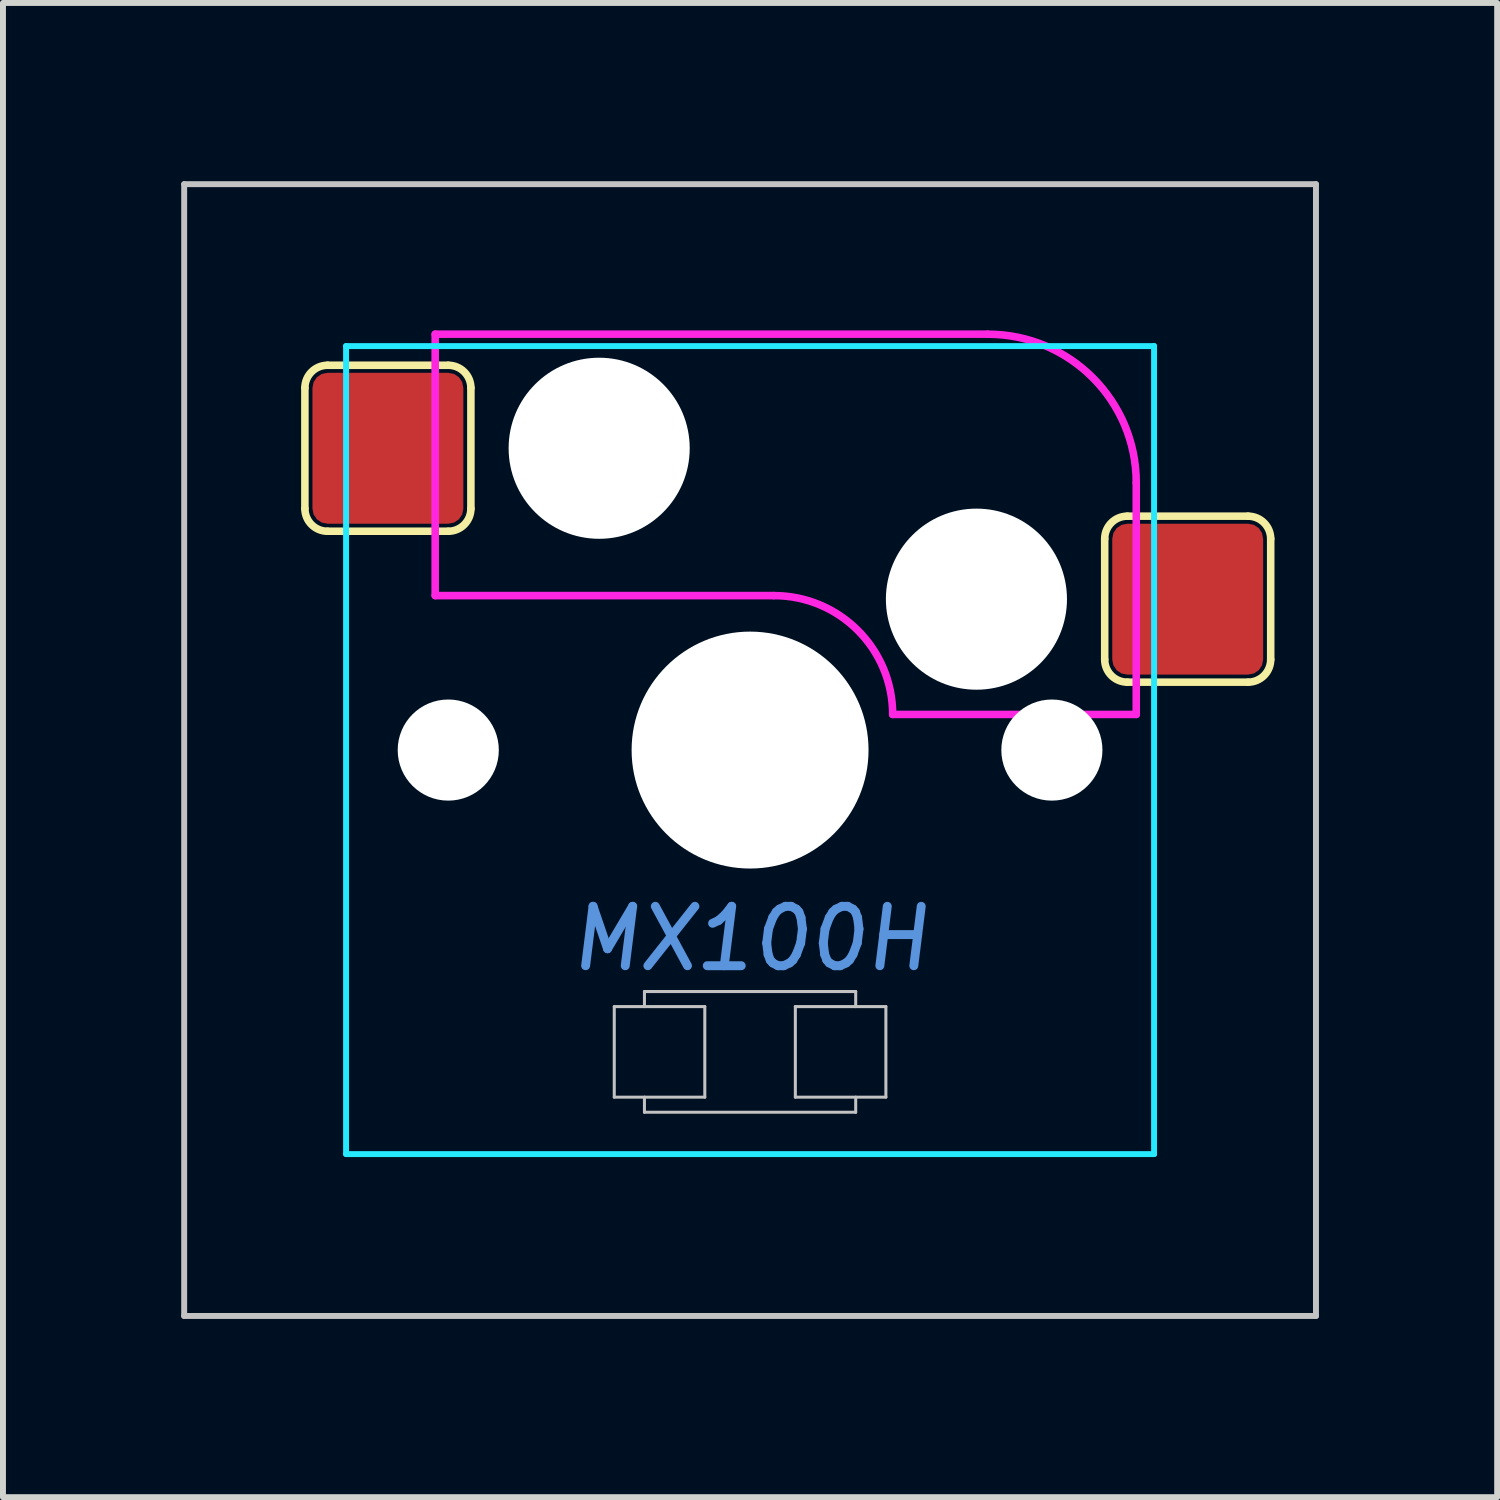
<source format=kicad_pcb>
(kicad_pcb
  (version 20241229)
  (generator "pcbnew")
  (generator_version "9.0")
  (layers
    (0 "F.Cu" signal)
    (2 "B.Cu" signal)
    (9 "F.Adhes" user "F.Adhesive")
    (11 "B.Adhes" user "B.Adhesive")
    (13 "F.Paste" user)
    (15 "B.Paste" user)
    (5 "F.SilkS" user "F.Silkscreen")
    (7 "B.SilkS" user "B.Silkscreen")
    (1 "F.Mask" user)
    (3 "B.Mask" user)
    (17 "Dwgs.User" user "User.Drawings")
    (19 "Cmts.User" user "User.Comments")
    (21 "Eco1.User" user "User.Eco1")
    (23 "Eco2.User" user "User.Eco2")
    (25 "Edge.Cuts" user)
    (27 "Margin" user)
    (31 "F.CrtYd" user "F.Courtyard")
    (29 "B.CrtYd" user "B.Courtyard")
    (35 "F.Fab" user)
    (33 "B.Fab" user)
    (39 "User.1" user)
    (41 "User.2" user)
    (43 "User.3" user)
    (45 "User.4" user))
  (footprint "MX100H"
    (layer "F.Cu")
    (at 9.575 9.575)
    (property "Reference" "MX100H" (at 0 3.175 0) (layer "Cmts.User") (effects (font (size 1 1) (thickness 0.15) (italic yes))))
    (attr smd)
    (fp_line (start -7.493 -6.096) (end -7.493 -4.064) (stroke (width 0.127) (type solid)) (layer "F.SilkS"))
    (fp_line (start -5.08 -6.477) (end -7.112 -6.477) (stroke (width 0.127) (type solid)) (layer "F.SilkS"))
    (fp_line (start -5.08 -3.683) (end -7.112 -3.683) (stroke (width 0.127) (type solid)) (layer "F.SilkS"))
    (fp_line (start -4.699 -6.096) (end -4.699 -4.064) (stroke (width 0.127) (type solid)) (layer "F.SilkS"))
    (fp_line (start 5.969 -3.556) (end 5.969 -1.524) (stroke (width 0.127) (type solid)) (layer "F.SilkS"))
    (fp_line (start 8.382 -3.937) (end 6.35 -3.937) (stroke (width 0.127) (type solid)) (layer "F.SilkS"))
    (fp_line (start 8.382 -1.143) (end 6.35 -1.143) (stroke (width 0.127) (type solid)) (layer "F.SilkS"))
    (fp_line (start 8.763 -3.556) (end 8.763 -1.524) (stroke (width 0.127) (type solid)) (layer "F.SilkS"))
    (fp_arc (start -7.493 -6.096) (mid -7.381408 -6.365408) (end -7.112 -6.477) (stroke (width 0.127) (type solid)) (layer "F.SilkS"))
    (fp_arc (start -7.112 -3.683) (mid -7.381408 -3.794592) (end -7.493 -4.064) (stroke (width 0.127) (type solid)) (layer "F.SilkS"))
    (fp_arc (start -5.08 -6.477) (mid -4.810592 -6.365408) (end -4.699 -6.096) (stroke (width 0.127) (type solid)) (layer "F.SilkS"))
    (fp_arc (start -4.699 -4.064) (mid -4.810592 -3.794592) (end -5.08 -3.683) (stroke (width 0.127) (type solid)) (layer "F.SilkS"))
    (fp_arc (start 5.969 -3.556) (mid 6.080592 -3.825408) (end 6.35 -3.937) (stroke (width 0.127) (type solid)) (layer "F.SilkS"))
    (fp_arc (start 6.35 -1.143) (mid 6.080592 -1.254592) (end 5.969 -1.524) (stroke (width 0.127) (type solid)) (layer "F.SilkS"))
    (fp_arc (start 8.382 -3.937) (mid 8.651408 -3.825408) (end 8.763 -3.556) (stroke (width 0.127) (type solid)) (layer "F.SilkS"))
    (fp_arc (start 8.763 -1.524) (mid 8.651408 -1.254592) (end 8.382 -1.143) (stroke (width 0.127) (type solid)) (layer "F.SilkS"))
    (fp_line (start -9.525 -9.525) (end -9.525 9.525) (stroke (width 0.1) (type solid)) (layer "Dwgs.User"))
    (fp_line (start -9.525 -9.525) (end 9.525 -9.525) (stroke (width 0.1) (type solid)) (layer "Dwgs.User"))
    (fp_line (start -9.525 9.525) (end 9.525 9.525) (stroke (width 0.1) (type solid)) (layer "Dwgs.User"))
    (fp_line (start -2.286 4.318) (end -2.286 5.842) (stroke (width 0.051) (type solid)) (layer "Dwgs.User"))
    (fp_line (start -2.286 5.842) (end -0.762 5.842) (stroke (width 0.051) (type solid)) (layer "Dwgs.User"))
    (fp_line (start -1.778 4.064) (end -1.778 4.318) (stroke (width 0.051) (type solid)) (layer "Dwgs.User"))
    (fp_line (start -1.778 6.096) (end -1.778 5.842) (stroke (width 0.051) (type solid)) (layer "Dwgs.User"))
    (fp_line (start -1.778 6.096) (end 1.778 6.096) (stroke (width 0.051) (type solid)) (layer "Dwgs.User"))
    (fp_line (start -0.762 4.318) (end -2.286 4.318) (stroke (width 0.051) (type solid)) (layer "Dwgs.User"))
    (fp_line (start -0.762 5.842) (end -0.762 4.318) (stroke (width 0.051) (type solid)) (layer "Dwgs.User"))
    (fp_line (start 0.762 4.318) (end 2.286 4.318) (stroke (width 0.051) (type solid)) (layer "Dwgs.User"))
    (fp_line (start 0.762 5.842) (end 0.762 4.318) (stroke (width 0.051) (type solid)) (layer "Dwgs.User"))
    (fp_line (start 1.778 4.064) (end -1.778 4.064) (stroke (width 0.051) (type solid)) (layer "Dwgs.User"))
    (fp_line (start 1.778 4.318) (end 1.778 4.064) (stroke (width 0.051) (type solid)) (layer "Dwgs.User"))
    (fp_line (start 1.778 6.096) (end 1.778 5.842) (stroke (width 0.051) (type solid)) (layer "Dwgs.User"))
    (fp_line (start 2.286 4.318) (end 2.286 5.842) (stroke (width 0.051) (type solid)) (layer "Dwgs.User"))
    (fp_line (start 2.286 5.842) (end 0.762 5.842) (stroke (width 0.051) (type solid)) (layer "Dwgs.User"))
    (fp_line (start 9.525 9.525) (end 9.525 -9.525) (stroke (width 0.1) (type solid)) (layer "Dwgs.User"))
    (fp_line (start -8.001 -5.715) (end -8.001 -3.175) (stroke (width 0.1) (type solid)) (layer "Eco1.User"))
    (fp_line (start -8.001 5.715) (end -8.001 3.175) (stroke (width 0.1) (type solid)) (layer "Eco1.User"))
    (fp_line (start -7.747 -5.969) (end -7.239 -5.969) (stroke (width 0.1) (type solid)) (layer "Eco1.User"))
    (fp_line (start -7.747 -2.921) (end -7.239 -2.921) (stroke (width 0.1) (type solid)) (layer "Eco1.User"))
    (fp_line (start -7.747 2.921) (end -7.239 2.921) (stroke (width 0.1) (type solid)) (layer "Eco1.User"))
    (fp_line (start -7.747 5.969) (end -7.239 5.969) (stroke (width 0.1) (type solid)) (layer "Eco1.User"))
    (fp_line (start -6.985 -6.223) (end -6.985 -6.731) (stroke (width 0.1) (type solid)) (layer "Eco1.User"))
    (fp_line (start -6.985 -2.667) (end -6.985 2.667) (stroke (width 0.1) (type solid)) (layer "Eco1.User"))
    (fp_line (start -6.985 6.223) (end -6.985 6.731) (stroke (width 0.1) (type solid)) (layer "Eco1.User"))
    (fp_line (start -2.159 0) (end 2.159 0) (stroke (width 0.1) (type solid)) (layer "Eco1.User"))
    (fp_line (start 0 -2.286) (end 0 2.286) (stroke (width 0.1) (type solid)) (layer "Eco1.User"))
    (fp_line (start 6.731 -6.985) (end -6.731 -6.985) (stroke (width 0.1) (type solid)) (layer "Eco1.User"))
    (fp_line (start 6.731 6.985) (end -6.731 6.985) (stroke (width 0.1) (type solid)) (layer "Eco1.User"))
    (fp_line (start 6.985 -6.223) (end 6.985 -6.731) (stroke (width 0.1) (type solid)) (layer "Eco1.User"))
    (fp_line (start 6.985 2.667) (end 6.985 -2.667) (stroke (width 0.1) (type solid)) (layer "Eco1.User"))
    (fp_line (start 6.985 6.223) (end 6.985 6.731) (stroke (width 0.1) (type solid)) (layer "Eco1.User"))
    (fp_line (start 7.747 -5.969) (end 7.239 -5.969) (stroke (width 0.1) (type solid)) (layer "Eco1.User"))
    (fp_line (start 7.747 -2.921) (end 7.239 -2.921) (stroke (width 0.1) (type solid)) (layer "Eco1.User"))
    (fp_line (start 7.747 2.921) (end 7.239 2.921) (stroke (width 0.1) (type solid)) (layer "Eco1.User"))
    (fp_line (start 7.747 5.969) (end 7.239 5.969) (stroke (width 0.1) (type solid)) (layer "Eco1.User"))
    (fp_line (start 8.001 -5.715) (end 8.001 -3.175) (stroke (width 0.1) (type solid)) (layer "Eco1.User"))
    (fp_line (start 8.001 5.715) (end 8.001 3.175) (stroke (width 0.1) (type solid)) (layer "Eco1.User"))
    (fp_arc (start -8.001 -5.715) (mid -7.926605 -5.894605) (end -7.747 -5.969) (stroke (width 0.1) (type solid)) (layer "Eco1.User"))
    (fp_arc (start -8.001 3.175) (mid -7.926605 2.995395) (end -7.747 2.921) (stroke (width 0.1) (type solid)) (layer "Eco1.User"))
    (fp_arc (start -7.747 -2.921) (mid -7.926605 -2.995395) (end -8.001 -3.175) (stroke (width 0.1) (type solid)) (layer "Eco1.User"))
    (fp_arc (start -7.747 5.969) (mid -7.926605 5.894605) (end -8.001 5.715) (stroke (width 0.1) (type solid)) (layer "Eco1.User"))
    (fp_arc (start -7.239 -2.921) (mid -7.059395 -2.846605) (end -6.985 -2.667) (stroke (width 0.1) (type solid)) (layer "Eco1.User"))
    (fp_arc (start -7.239 5.969) (mid -7.059395 6.043395) (end -6.985 6.223) (stroke (width 0.1) (type solid)) (layer "Eco1.User"))
    (fp_arc (start -6.985 -6.731) (mid -6.910605 -6.910605) (end -6.731 -6.985) (stroke (width 0.1) (type solid)) (layer "Eco1.User"))
    (fp_arc (start -6.985 -6.223) (mid -7.059395 -6.043395) (end -7.239 -5.969) (stroke (width 0.1) (type solid)) (layer "Eco1.User"))
    (fp_arc (start -6.985 2.667) (mid -7.059395 2.846605) (end -7.239 2.921) (stroke (width 0.1) (type solid)) (layer "Eco1.User"))
    (fp_arc (start -6.731 6.985) (mid -6.910605 6.910605) (end -6.985 6.731) (stroke (width 0.1) (type solid)) (layer "Eco1.User"))
    (fp_arc (start 6.731 -6.985) (mid 6.910605 -6.910605) (end 6.985 -6.731) (stroke (width 0.1) (type solid)) (layer "Eco1.User"))
    (fp_arc (start 6.985 -2.667) (mid 7.059395 -2.846605) (end 7.239 -2.921) (stroke (width 0.1) (type solid)) (layer "Eco1.User"))
    (fp_arc (start 6.985 6.223) (mid 7.059395 6.043395) (end 7.239 5.969) (stroke (width 0.1) (type solid)) (layer "Eco1.User"))
    (fp_arc (start 6.985 6.731) (mid 6.910605 6.910605) (end 6.731 6.985) (stroke (width 0.1) (type solid)) (layer "Eco1.User"))
    (fp_arc (start 7.239 -5.969) (mid 7.059395 -6.043395) (end 6.985 -6.223) (stroke (width 0.1) (type solid)) (layer "Eco1.User"))
    (fp_arc (start 7.239 2.921) (mid 7.059395 2.846605) (end 6.985 2.667) (stroke (width 0.1) (type solid)) (layer "Eco1.User"))
    (fp_arc (start 7.747 -5.969) (mid 7.926605 -5.894605) (end 8.001 -5.715) (stroke (width 0.1) (type solid)) (layer "Eco1.User"))
    (fp_arc (start 7.747 2.921) (mid 7.926605 2.995395) (end 8.001 3.175) (stroke (width 0.1) (type solid)) (layer "Eco1.User"))
    (fp_arc (start 8.001 -3.175) (mid 7.926605 -2.995395) (end 7.747 -2.921) (stroke (width 0.1) (type solid)) (layer "Eco1.User"))
    (fp_arc (start 8.001 5.715) (mid 7.926605 5.894605) (end 7.747 5.969) (stroke (width 0.1) (type solid)) (layer "Eco1.User"))
    (fp_circle (center 0 0) (end 1.905 0) (stroke (width 0.1) (type solid)) (fill no) (layer "Eco1.User"))
    (fp_line (start -6.8 -6.8) (end -6.8 6.8) (stroke (width 0.1) (type solid)) (layer "B.CrtYd"))
    (fp_line (start -6.8 -6.8) (end 6.8 -6.8) (stroke (width 0.1) (type solid)) (layer "B.CrtYd"))
    (fp_line (start 6.8 6.8) (end -6.8 6.8) (stroke (width 0.1) (type solid)) (layer "B.CrtYd"))
    (fp_line (start 6.8 6.8) (end 6.8 -6.8) (stroke (width 0.1) (type solid)) (layer "B.CrtYd"))
    (fp_line (start -5.3 -7) (end -5.3 -2.6) (stroke (width 0.127) (type solid)) (layer "F.CrtYd"))
    (fp_line (start -5.3 -7) (end 4 -7) (stroke (width 0.127) (type solid)) (layer "F.CrtYd"))
    (fp_line (start 0.4 -2.6) (end -5.3 -2.6) (stroke (width 0.127) (type solid)) (layer "F.CrtYd"))
    (fp_line (start 6.5 -4.5) (end 6.5 -0.6) (stroke (width 0.127) (type solid)) (layer "F.CrtYd"))
    (fp_line (start 6.5 -0.6) (end 2.4 -0.6) (stroke (width 0.127) (type solid)) (layer "F.CrtYd"))
    (fp_arc (start 0.4 -2.6) (mid 1.814214 -2.014214) (end 2.4 -0.6) (stroke (width 0.127) (type solid)) (layer "F.CrtYd"))
    (fp_arc (start 4 -7) (mid 5.767767 -6.267767) (end 6.5 -4.5) (stroke (width 0.127) (type solid)) (layer "F.CrtYd"))
    (pad "" np_thru_hole circle (at -5.08 0) (size 1.702 1.702) (drill 1.702) (layers "*.Cu" "*.Mask"))
    (pad "" np_thru_hole circle (at -2.54 -5.08) (size 3.048 3.048) (drill 3.048) (layers "*.Cu" "*.Mask"))
    (pad "" np_thru_hole circle (at 0 0) (size 3.988 3.988) (drill 3.988) (layers "*.Cu" "*.Mask"))
    (pad "" np_thru_hole circle (at 3.81 -2.54 90) (size 3.048 3.048) (drill 3.048) (layers "*.Cu" "*.Mask"))
    (pad "" np_thru_hole circle (at 5.08 0) (size 1.702 1.702) (drill 1.702) (layers "*.Cu" "*.Mask"))
    (pad "1" smd roundrect (at -6.096 -5.08) (size 2.54 2.54) (layers "F.Cu" "F.Mask") (roundrect_rratio 0.1))
    (pad "2" smd roundrect (at 7.366 -2.54) (size 2.54 2.54) (layers "F.Cu" "F.Mask") (roundrect_rratio 0.1)))
  (gr_rect
    (start -3 -3)
    (end 22.15 22.15)
    (stroke (width 0.1) (type default))
    (fill no)
    (layer "Edge.Cuts")))
</source>
